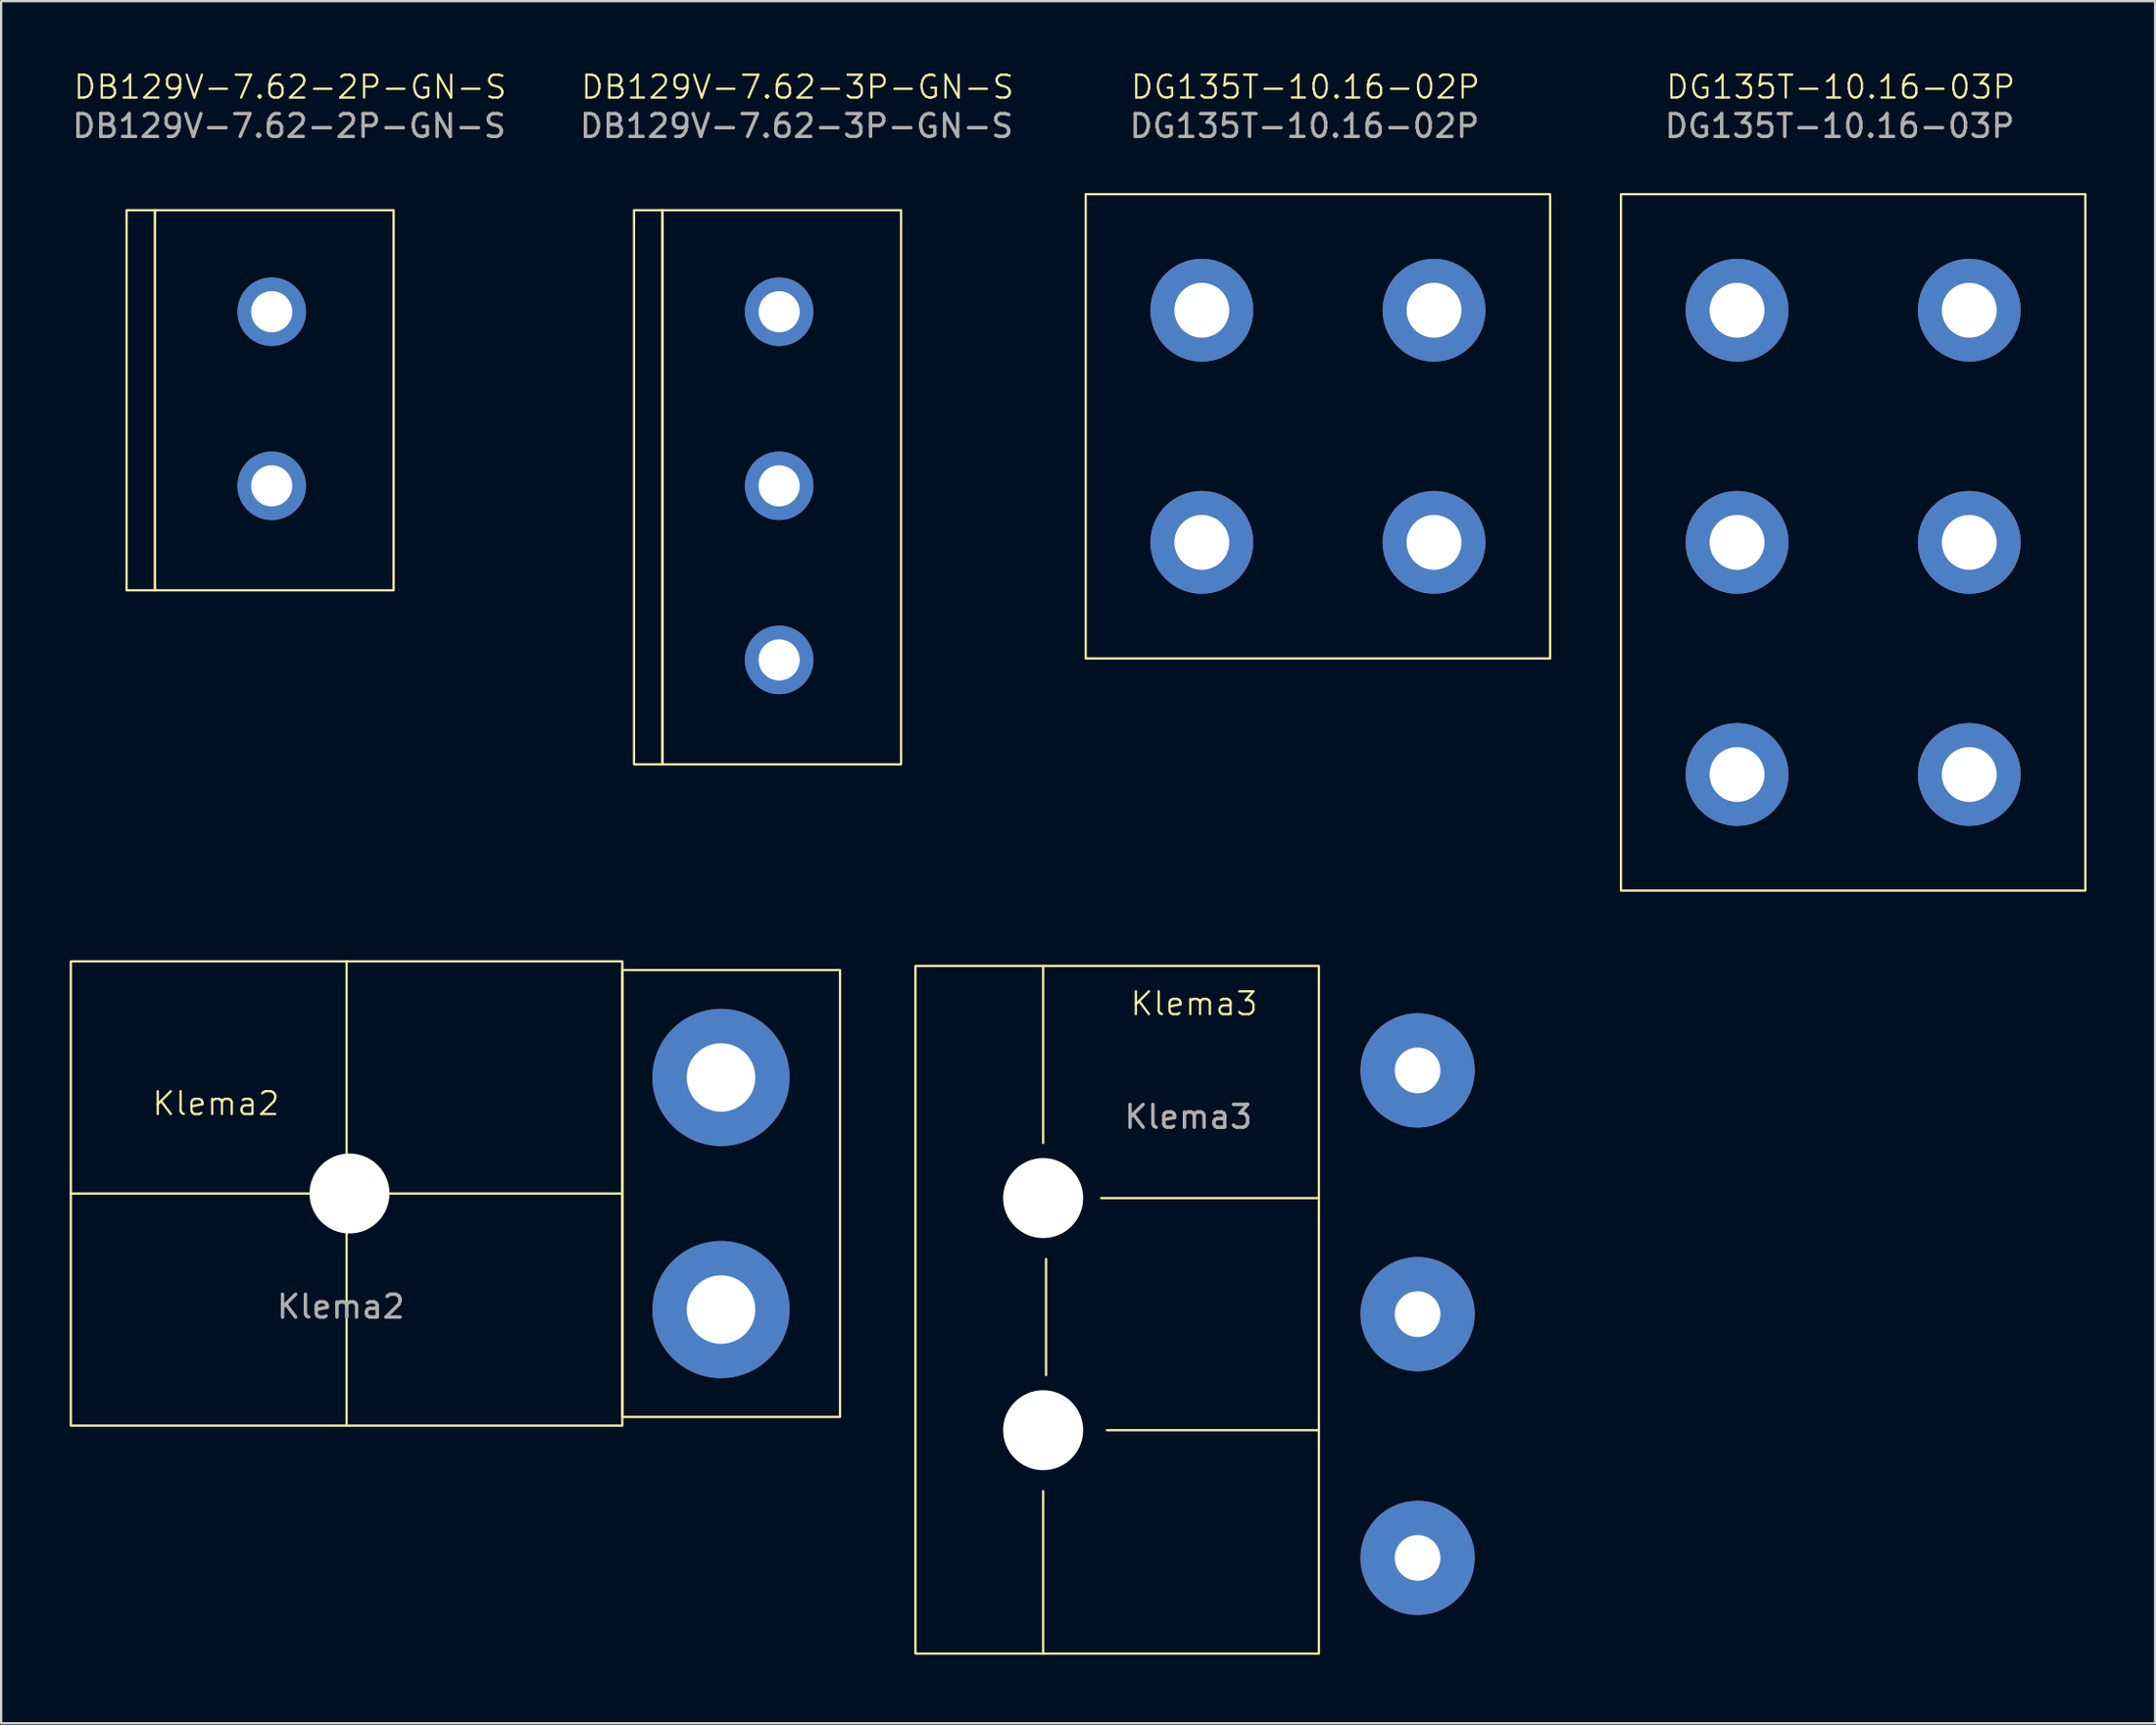
<source format=kicad_pcb>
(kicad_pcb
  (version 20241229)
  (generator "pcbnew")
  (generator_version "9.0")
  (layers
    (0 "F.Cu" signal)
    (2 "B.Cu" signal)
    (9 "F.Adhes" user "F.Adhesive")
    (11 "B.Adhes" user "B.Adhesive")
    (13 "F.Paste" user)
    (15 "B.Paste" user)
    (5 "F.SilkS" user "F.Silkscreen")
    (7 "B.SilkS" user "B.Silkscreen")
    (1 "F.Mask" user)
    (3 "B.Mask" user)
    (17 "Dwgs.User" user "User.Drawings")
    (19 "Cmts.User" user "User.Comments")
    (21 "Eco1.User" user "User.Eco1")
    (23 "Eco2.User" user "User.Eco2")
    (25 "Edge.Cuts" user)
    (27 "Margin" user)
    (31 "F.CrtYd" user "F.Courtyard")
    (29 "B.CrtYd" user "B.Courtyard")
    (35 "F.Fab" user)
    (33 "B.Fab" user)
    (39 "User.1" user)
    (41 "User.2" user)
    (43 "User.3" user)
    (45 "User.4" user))
  (footprint "DB129V-7.62-3P-GN-S"
    (layer "F.Cu")
    (at 31.042 10.594)
    (property "Reference" "DB129V-7.62-3P-GN-S" (at 0.804 -9.833 0) (unlocked yes) (layer "F.SilkS") (effects (font (size 1 1) (thickness 0.1))))
    (attr through_hole)
    (fp_rect (start -6.35 -4.445) (end -5.105 19.812) (stroke (width 0.1) (type default)) (fill no) (layer "F.SilkS"))
    (fp_rect (start -5.105 -4.445) (end 5.334 19.812) (stroke (width 0.1) (type default)) (fill no) (layer "F.SilkS"))
    (fp_text user "${REFERENCE}" (at 0.762 -8.128 0) (unlocked yes) (layer "F.Fab") (effects (font (size 1 1) (thickness 0.15))))
    (pad "1" thru_hole circle (at 0 0) (size 3 3) (drill 1.8) (layers "*.Cu" "*.Mask"))
    (pad "2" thru_hole circle (at 0 7.62) (size 3 3) (drill 1.8) (layers "*.Cu" "*.Mask"))
    (pad "3" thru_hole circle (at 0 15.24) (size 3 3) (drill 1.8) (layers "*.Cu" "*.Mask")))
  (footprint "DB129V-7.62-2P-GN-S"
    (layer "F.Cu")
    (at 8.839 10.594)
    (property "Reference" "DB129V-7.62-2P-GN-S" (at 0.804 -9.833 0) (unlocked yes) (layer "F.SilkS") (effects (font (size 1 1) (thickness 0.1))))
    (attr through_hole)
    (fp_rect (start -6.35 -4.445) (end -5.105 12.192) (stroke (width 0.1) (type default)) (fill no) (layer "F.SilkS"))
    (fp_rect (start -5.105 -4.445) (end 5.334 12.192) (stroke (width 0.1) (type default)) (fill no) (layer "F.SilkS"))
    (fp_text user "${REFERENCE}" (at 0.762 -8.128 0) (unlocked yes) (layer "F.Fab") (effects (font (size 1 1) (thickness 0.15))))
    (pad "1" thru_hole circle (at 0 0) (size 3 3) (drill 1.8) (layers "*.Cu" "*.Mask"))
    (pad "2" thru_hole circle (at 0 7.62) (size 3 3) (drill 1.8) (layers "*.Cu" "*.Mask")))
  (footprint "Klema3"
    (layer "F.Cu")
    (at 37.005 39.229)
    (property "Reference" "Klema3" (at 12.192 1.651 0) (unlocked yes) (layer "F.SilkS") (effects (font (size 1 1) (thickness 0.1))))
    (attr through_hole)
    (fp_line (start 5.588 0) (end 5.588 7.747) (stroke (width 0.1) (type default)) (layer "F.SilkS"))
    (fp_line (start 5.588 22.987) (end 5.588 30.099) (stroke (width 0.1) (type default)) (layer "F.SilkS"))
    (fp_line (start 5.715 12.827) (end 5.715 17.907) (stroke (width 0.1) (type default)) (layer "F.SilkS"))
    (fp_line (start 8.128 10.16) (end 17.653 10.16) (stroke (width 0.1) (type default)) (layer "F.SilkS"))
    (fp_line (start 8.382 20.32) (end 17.653 20.32) (stroke (width 0.1) (type default)) (layer "F.SilkS"))
    (fp_rect (start 0 0) (end 17.653 30.099) (stroke (width 0.1) (type default)) (fill no) (layer "F.SilkS"))
    (fp_text user "${REFERENCE}" (at 11.938 6.604 0) (unlocked yes) (layer "F.Fab") (effects (font (size 1 1) (thickness 0.15))))
    (pad "" np_thru_hole circle (at 5.588 10.16) (size 3.5 3.5) (drill 3.5) (layers "*.Cu" "*.Mask"))
    (pad "" np_thru_hole circle (at 5.588 20.32) (size 3.5 3.5) (drill 3.5) (layers "*.Cu" "*.Mask"))
    (pad "1" thru_hole circle (at 21.971 4.572) (size 5 5) (drill 2) (layers "*.Cu" "*.Mask"))
    (pad "2" thru_hole circle (at 21.971 15.24) (size 5 5) (drill 2) (layers "*.Cu" "*.Mask"))
    (pad "3" thru_hole circle (at 21.971 25.908) (size 5 5) (drill 2) (layers "*.Cu" "*.Mask")))
  (footprint "Klema2"
    (layer "F.Cu")
    (at 12.115 49.189)
    (property "Reference" "Klema2" (at -5.715 -3.937 0) (unlocked yes) (layer "F.SilkS") (effects (font (size 1 1) (thickness 0.1))))
    (attr through_hole)
    (fp_line (start -12.065 0) (end 12.065 0) (stroke (width 0.1) (type default)) (layer "F.SilkS"))
    (fp_line (start 0 -10.16) (end 0 10.16) (stroke (width 0.1) (type default)) (layer "F.SilkS"))
    (fp_rect (start -12.065 -10.16) (end 12.065 10.16) (stroke (width 0.1) (type default)) (fill no) (layer "F.SilkS"))
    (fp_rect (start 12.065 -9.779) (end 21.59 9.779) (stroke (width 0.1) (type default)) (fill no) (layer "F.SilkS"))
    (fp_text user "${REFERENCE}" (at -0.254 4.953 0) (unlocked yes) (layer "F.Fab") (effects (font (size 1 1) (thickness 0.15))))
    (pad "" np_thru_hole circle (at 0.127 0) (size 3.5 3.5) (drill 3.5) (layers "*.Cu" "*.Mask"))
    (pad "1" thru_hole circle (at 16.383 -5.08) (size 6 6) (drill 3) (layers "*.Cu" "*.Mask"))
    (pad "2" thru_hole circle (at 16.383 5.08) (size 6 6) (drill 3) (layers "*.Cu" "*.Mask")))
  (footprint "DG135T-10.16-02P"
    (layer "F.Cu")
    (at 49.535 10.529)
    (property "Reference" "DG135T-10.16-02P" (at 4.534 -9.769 0) (unlocked yes) (layer "F.SilkS") (effects (font (size 1 1) (thickness 0.1))))
    (attr through_hole)
    (fp_rect (start -5.08 -5.08) (end 15.24 15.24) (stroke (width 0.1) (type default)) (fill no) (layer "F.SilkS"))
    (fp_text user "${REFERENCE}" (at 4.492 -8.063 0) (unlocked yes) (layer "F.Fab") (effects (font (size 1 1) (thickness 0.15))))
    (pad "1" thru_hole circle (at 0 0) (size 4.5 4.5) (drill 2.4) (layers "*.Cu" "*.Mask"))
    (pad "1" thru_hole circle (at 10.16 0) (size 4.5 4.5) (drill 2.4) (layers "*.Cu" "*.Mask"))
    (pad "2" thru_hole circle (at 0 10.16) (size 4.5 4.5) (drill 2.4) (layers "*.Cu" "*.Mask"))
    (pad "2" thru_hole circle (at 10.16 10.16) (size 4.5 4.5) (drill 2.4) (layers "*.Cu" "*.Mask")))
  (footprint "DG135T-10.16-03P"
    (layer "F.Cu")
    (at 72.955 10.529)
    (property "Reference" "DG135T-10.16-03P" (at 4.534 -9.769 0) (unlocked yes) (layer "F.SilkS") (effects (font (size 1 1) (thickness 0.1))))
    (attr through_hole)
    (fp_rect (start -5.08 -5.08) (end 15.24 25.4) (stroke (width 0.1) (type default)) (fill no) (layer "F.SilkS"))
    (fp_text user "${REFERENCE}" (at 4.492 -8.063 0) (unlocked yes) (layer "F.Fab") (effects (font (size 1 1) (thickness 0.15))))
    (pad "1" thru_hole circle (at 0 0) (size 4.5 4.5) (drill 2.4) (layers "*.Cu" "*.Mask"))
    (pad "1" thru_hole circle (at 10.16 0) (size 4.5 4.5) (drill 2.4) (layers "*.Cu" "*.Mask"))
    (pad "2" thru_hole circle (at 0 10.16) (size 4.5 4.5) (drill 2.4) (layers "*.Cu" "*.Mask"))
    (pad "2" thru_hole circle (at 10.16 10.16) (size 4.5 4.5) (drill 2.4) (layers "*.Cu" "*.Mask"))
    (pad "3" thru_hole circle (at 0 20.32) (size 4.5 4.5) (drill 2.4) (layers "*.Cu" "*.Mask"))
    (pad "3" thru_hole circle (at 10.16 20.32) (size 4.5 4.5) (drill 2.4) (layers "*.Cu" "*.Mask")))
  (gr_rect
    (start -3 -3)
    (end 91.245 72.378)
    (stroke (width 0.1) (type default))
    (fill no)
    (layer "Edge.Cuts")))
</source>
